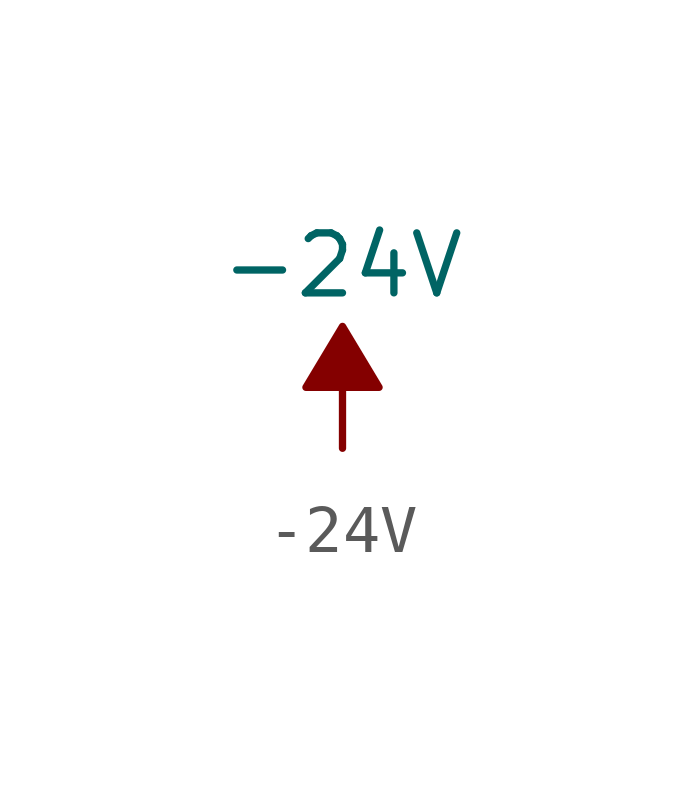
<source format=kicad_sym>
(kicad_symbol_lib
  (version 20231120)
  (generator "kicad_symbol_editor")
  (generator_version "8.0")
  (symbol "-24V"
    (power)
    (pin_numbers hide)
    (pin_names
      (offset 0) hide)
    (property "Reference" "#PWR"
      (at 0 -11 0)
      (effects (font (size 1.25 1.25)) (hide yes)))
    (property "Value" "-24V"
      (at 0 3.81 0)
      (do_not_autoplace)
      (effects (font (size 1.25 1.25))))
    (symbol "-24V_0_1"
      (polyline (pts (xy 0 0) (xy 0 1.27) (xy 0.762 1.27) (xy 0 2.54) (xy -0.762 1.27) (xy 0 1.27)) (stroke (width 0) (type default)) (fill (type outline))))
    (symbol "-24V_1_0"
      (pin power_in line (at 0 0 90) (length 0) hide (name "-24V" (effects (font (size 1.25 1.25)))) (number "1" (effects (font (size 1.25 1.25))))))))
</source>
